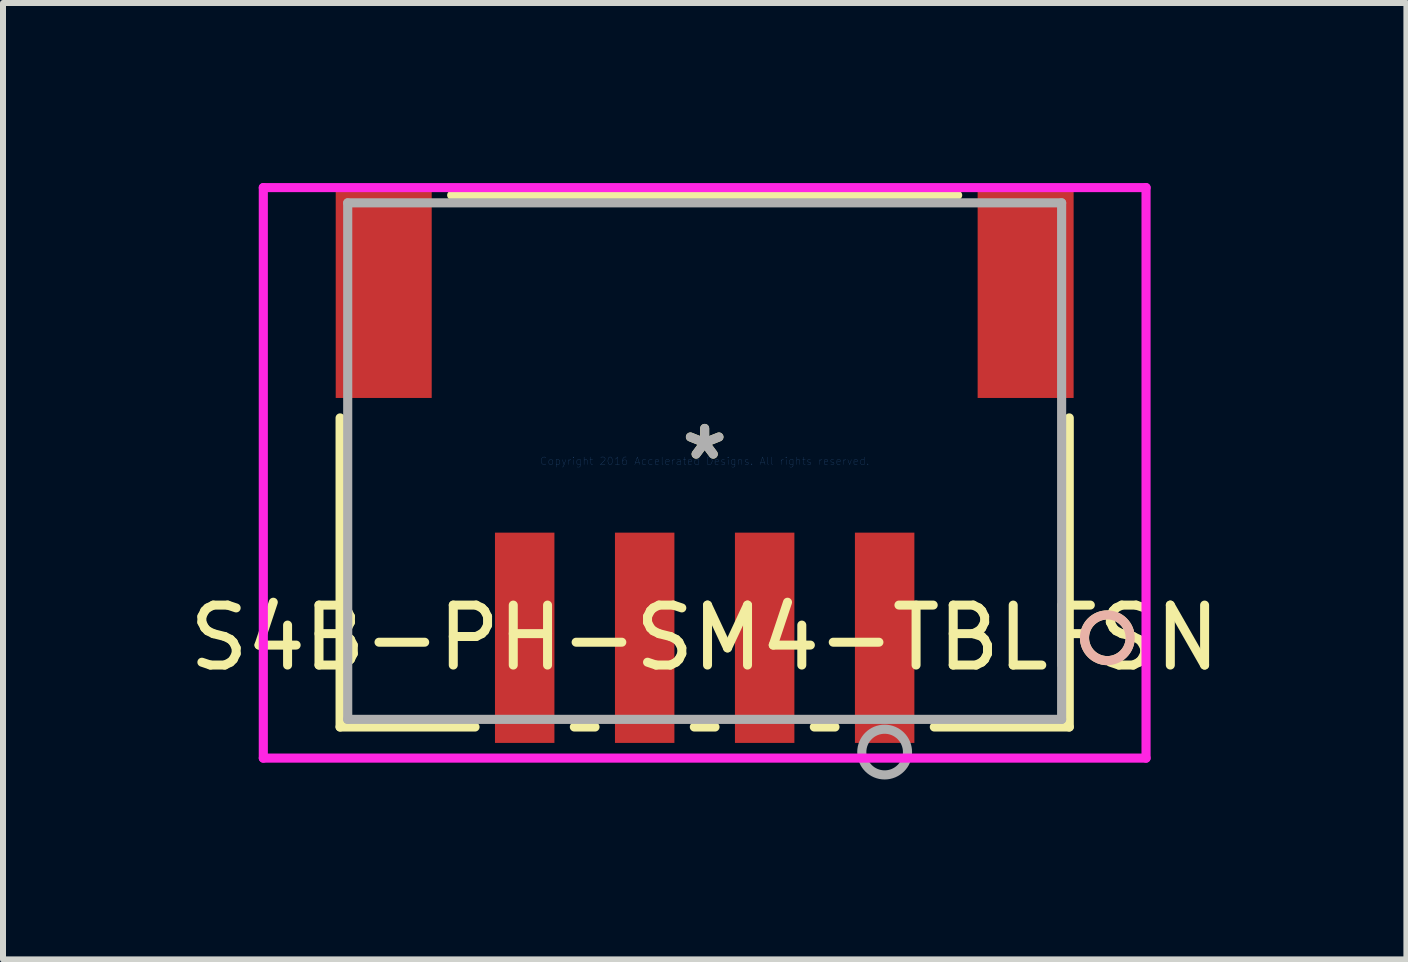
<source format=kicad_pcb>
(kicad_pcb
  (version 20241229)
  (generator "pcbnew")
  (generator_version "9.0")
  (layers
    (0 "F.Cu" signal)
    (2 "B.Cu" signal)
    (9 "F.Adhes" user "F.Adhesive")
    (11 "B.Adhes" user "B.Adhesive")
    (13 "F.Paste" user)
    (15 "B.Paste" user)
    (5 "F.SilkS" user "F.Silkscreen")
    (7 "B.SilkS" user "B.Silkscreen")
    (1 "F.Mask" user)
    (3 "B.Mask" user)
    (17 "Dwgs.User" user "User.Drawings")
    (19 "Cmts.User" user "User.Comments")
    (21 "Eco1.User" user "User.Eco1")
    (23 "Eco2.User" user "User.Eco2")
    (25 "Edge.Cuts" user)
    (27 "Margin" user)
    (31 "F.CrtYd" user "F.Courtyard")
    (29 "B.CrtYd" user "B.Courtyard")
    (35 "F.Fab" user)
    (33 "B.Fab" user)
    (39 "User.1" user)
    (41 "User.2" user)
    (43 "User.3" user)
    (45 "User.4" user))
  (footprint "S4B-PH-SM4-TBLFSN"
    (layer "F.Cu")
    (at 8.696 4.636)
    (property "Reference" "S4B-PH-SM4-TBLFSN" (at 0.000001 2.945 0) (layer "F.SilkS") (effects (font (size 1 1) (thickness 0.15))))
    (attr through_hole)
    (fp_line (start -6.077 -0.72) (end -6.077 4.432) (stroke (width 0.152) (type solid)) (layer "F.SilkS"))
    (fp_line (start -6.077 4.432) (end -3.828 4.432) (stroke (width 0.152) (type solid)) (layer "F.SilkS"))
    (fp_line (start -2.172 4.432) (end -1.828 4.432) (stroke (width 0.152) (type solid)) (layer "F.SilkS"))
    (fp_line (start -0.172 4.432) (end 0.172 4.432) (stroke (width 0.152) (type solid)) (layer "F.SilkS"))
    (fp_line (start 1.828 4.432) (end 2.172 4.432) (stroke (width 0.152) (type solid)) (layer "F.SilkS"))
    (fp_line (start 3.828 4.432) (end 6.077 4.432) (stroke (width 0.152) (type solid)) (layer "F.SilkS"))
    (fp_line (start 4.217 -4.432) (end -4.217 -4.432) (stroke (width 0.152) (type solid)) (layer "F.SilkS"))
    (fp_line (start 6.077 4.432) (end 6.077 -0.72) (stroke (width 0.152) (type solid)) (layer "F.SilkS"))
    (fp_circle (center 6.712 2.945) (end 7.093 2.945) (stroke (width 0.152) (type solid)) (fill no) (layer "F.SilkS"))
    (fp_circle (center 6.712 2.945) (end 7.093 2.945) (stroke (width 0.152) (type solid)) (fill no) (layer "B.SilkS"))
    (fp_line (start -7.357 -4.559) (end -7.357 4.951) (stroke (width 0.152) (type solid)) (layer "F.CrtYd"))
    (fp_line (start -7.357 4.951) (end 7.357 4.951) (stroke (width 0.152) (type solid)) (layer "F.CrtYd"))
    (fp_line (start 7.357 -4.559) (end -7.357 -4.559) (stroke (width 0.152) (type solid)) (layer "F.CrtYd"))
    (fp_line (start 7.357 4.951) (end 7.357 -4.559) (stroke (width 0.152) (type solid)) (layer "F.CrtYd"))
    (fp_line (start -5.95 -4.305) (end -5.95 4.305) (stroke (width 0.152) (type solid)) (layer "F.Fab"))
    (fp_line (start -5.95 4.305) (end 5.95 4.305) (stroke (width 0.152) (type solid)) (layer "F.Fab"))
    (fp_line (start 5.95 -4.305) (end -5.95 -4.305) (stroke (width 0.152) (type solid)) (layer "F.Fab"))
    (fp_line (start 5.95 4.305) (end 5.95 -4.305) (stroke (width 0.152) (type solid)) (layer "F.Fab"))
    (fp_circle (center 3 4.85) (end 3.381 4.85) (stroke (width 0.152) (type solid)) (fill no) (layer "F.Fab"))
    (fp_text user "*" (at 0 0 0) (layer "F.SilkS") (effects (font (size 1 1) (thickness 0.15))))
    (fp_text user "Copyright 2016 Accelerated Designs. All rights reserved." (at 0 0 0) (layer "Cmts.User") (effects (font (size 0.127 0.127) (thickness 0.002))))
    (fp_text user "*" (at 0 0 0) (layer "F.Fab") (effects (font (size 1 1) (thickness 0.15))))
    (pad "1" smd rect (at 3 2.945) (size 0.991 3.505) (layers "F.Cu" "F.Mask" "F.Paste"))
    (pad "2" smd rect (at 1 2.945) (size 0.991 3.505) (layers "F.Cu" "F.Mask" "F.Paste"))
    (pad "3" smd rect (at -1 2.945) (size 0.991 3.505) (layers "F.Cu" "F.Mask" "F.Paste"))
    (pad "4" smd rect (at -3 2.945) (size 0.991 3.505) (layers "F.Cu" "F.Mask" "F.Paste"))
    (pad "5" smd rect (at -5.35 -2.805 90) (size 3.505 1.6) (layers "F.Cu" "F.Mask" "F.Paste"))
    (pad "6" smd rect (at 5.35 -2.805 90) (size 3.505 1.6) (layers "F.Cu" "F.Mask" "F.Paste")))
  (gr_rect
    (start -3 -3)
    (end 20.393 12.942)
    (stroke (width 0.1) (type default))
    (fill no)
    (layer "Edge.Cuts")))
</source>
